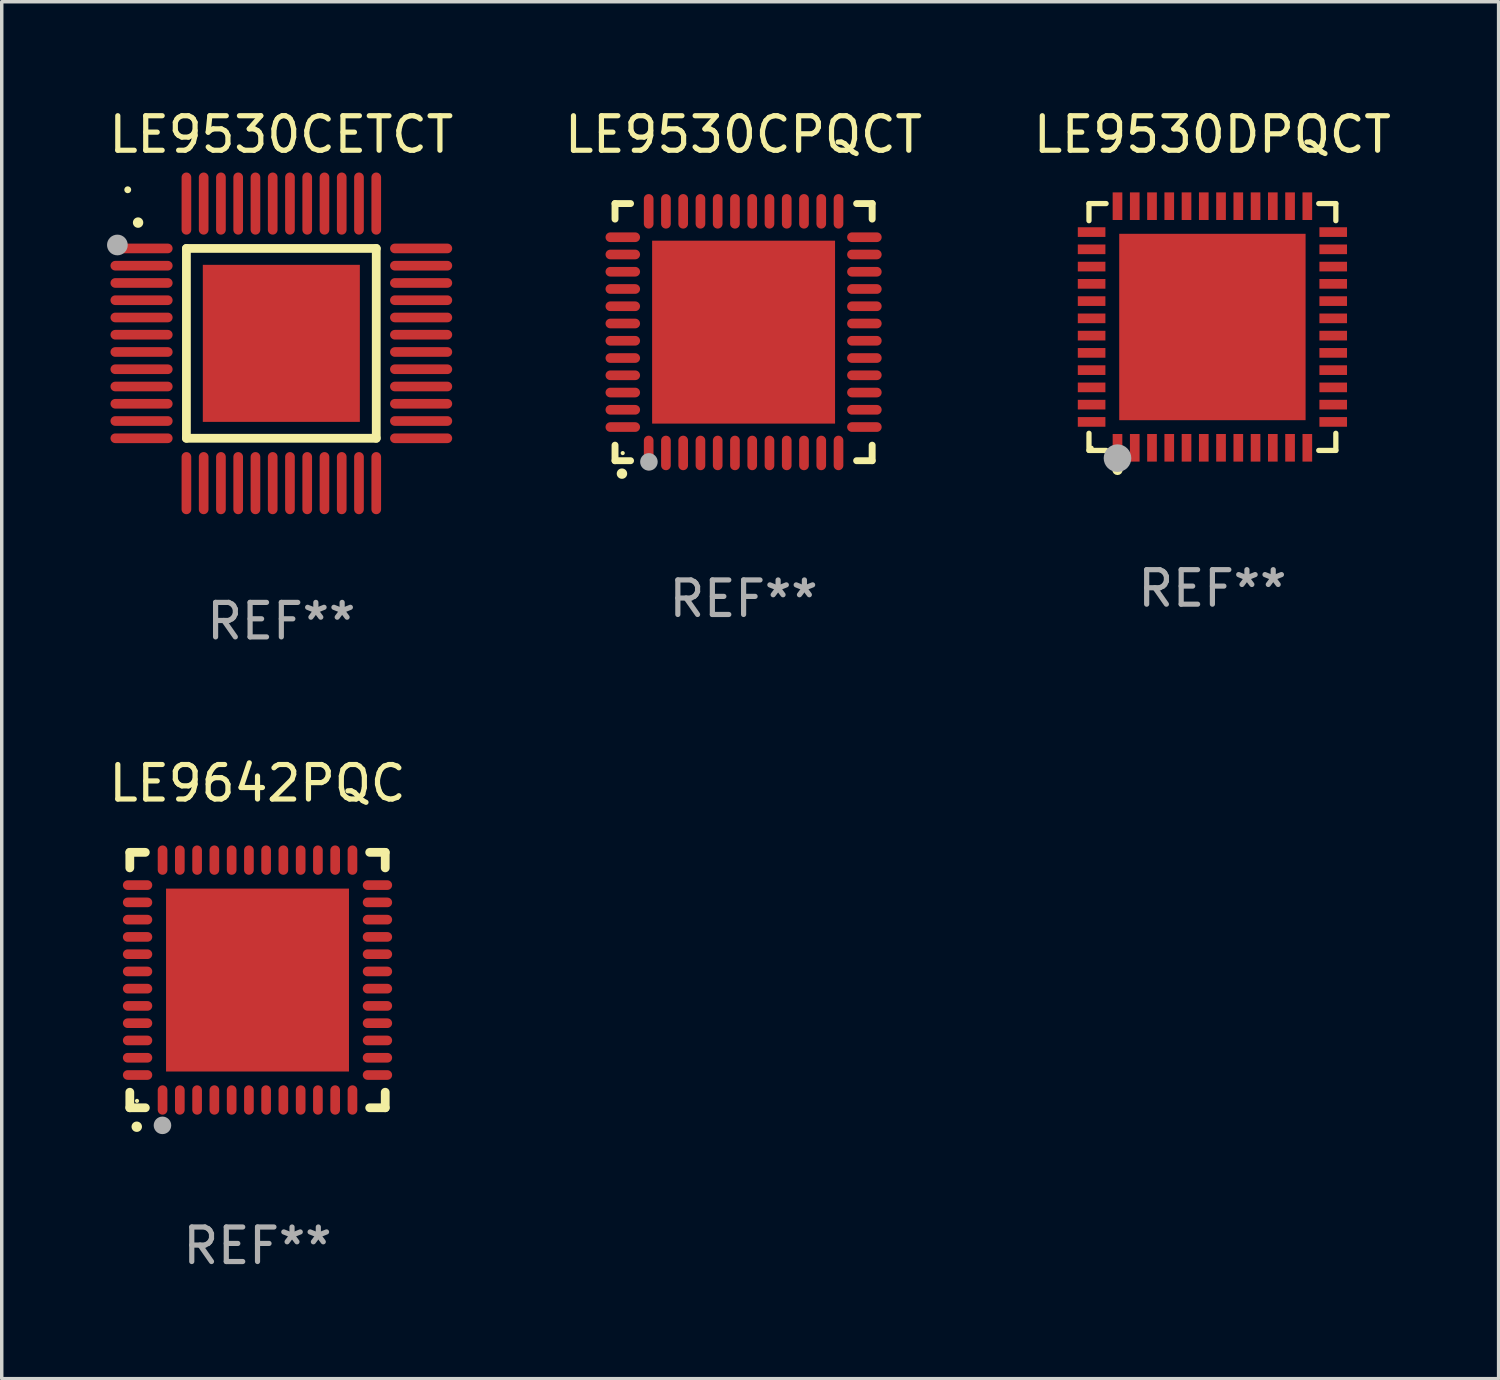
<source format=kicad_pcb>
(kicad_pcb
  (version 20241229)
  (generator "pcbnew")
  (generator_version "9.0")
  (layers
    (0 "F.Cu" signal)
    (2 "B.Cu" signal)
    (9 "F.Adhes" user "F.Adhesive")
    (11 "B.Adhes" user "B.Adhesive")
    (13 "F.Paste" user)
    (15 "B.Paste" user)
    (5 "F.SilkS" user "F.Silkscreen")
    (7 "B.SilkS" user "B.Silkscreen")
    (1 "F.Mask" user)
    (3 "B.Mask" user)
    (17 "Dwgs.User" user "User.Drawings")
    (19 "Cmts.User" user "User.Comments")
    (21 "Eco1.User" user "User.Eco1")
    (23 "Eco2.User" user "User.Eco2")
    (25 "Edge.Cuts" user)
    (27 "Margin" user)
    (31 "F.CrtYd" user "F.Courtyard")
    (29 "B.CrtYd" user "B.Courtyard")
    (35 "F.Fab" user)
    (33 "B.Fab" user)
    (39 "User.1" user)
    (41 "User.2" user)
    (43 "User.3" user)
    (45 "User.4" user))
  (footprint "LE9530CPQCT"
    (layer "F.Cu")
    (at 18.494 6.573)
    (property "Reference" "LE9530CPQCT" (at 0 -5.725 0) (layer "F.SilkS") (effects (font (size 1 1) (thickness 0.15))))
    (attr through_hole)
    (fp_line (start -3.725 -3.725) (end -3.275 -3.725) (stroke (width 0.2) (type solid)) (layer "F.SilkS"))
    (fp_line (start -3.725 -3.275) (end -3.725 -3.725) (stroke (width 0.2) (type solid)) (layer "F.SilkS"))
    (fp_line (start -3.725 3.725) (end -3.725 3.275) (stroke (width 0.2) (type solid)) (layer "F.SilkS"))
    (fp_line (start -3.275 3.725) (end -3.725 3.725) (stroke (width 0.2) (type solid)) (layer "F.SilkS"))
    (fp_line (start 3.275 3.725) (end 3.725 3.725) (stroke (width 0.2) (type solid)) (layer "F.SilkS"))
    (fp_line (start 3.725 -3.725) (end 3.275 -3.725) (stroke (width 0.2) (type solid)) (layer "F.SilkS"))
    (fp_line (start 3.725 -3.275) (end 3.725 -3.725) (stroke (width 0.2) (type solid)) (layer "F.SilkS"))
    (fp_line (start 3.725 3.725) (end 3.725 3.275) (stroke (width 0.2) (type solid)) (layer "F.SilkS"))
    (fp_arc (start -3.525527 4.099568) (mid -3.524257 4.099563) (end -3.522987 4.099568) (stroke (width 0.3) (type solid)) (layer "F.SilkS"))
    (fp_circle (center -3.502 3.504) (end -3.472 3.504) (stroke (width 0.06) (type solid)) (fill no) (layer "F.SilkS"))
    (fp_circle (center -2.743 3.759) (end -2.616 3.759) (stroke (width 0.254) (type solid)) (fill no) (layer "F.Fab"))
    (fp_text user "REF**" (at 0 7.725 0) (layer "F.Fab") (effects (font (size 1 1) (thickness 0.15))))
    (pad "1" smd oval (at -2.75 3.5) (size 0.28 1) (layers "F.Cu" "F.Mask" "F.Paste"))
    (pad "2" smd oval (at -2.25 3.5) (size 0.28 1) (layers "F.Cu" "F.Mask" "F.Paste"))
    (pad "3" smd oval (at -1.75 3.5) (size 0.28 1) (layers "F.Cu" "F.Mask" "F.Paste"))
    (pad "4" smd oval (at -1.25 3.5) (size 0.28 1) (layers "F.Cu" "F.Mask" "F.Paste"))
    (pad "5" smd oval (at -0.75 3.5) (size 0.28 1) (layers "F.Cu" "F.Mask" "F.Paste"))
    (pad "6" smd oval (at -0.25 3.5) (size 0.28 1) (layers "F.Cu" "F.Mask" "F.Paste"))
    (pad "7" smd oval (at 0.25 3.5) (size 0.28 1) (layers "F.Cu" "F.Mask" "F.Paste"))
    (pad "8" smd oval (at 0.75 3.5) (size 0.28 1) (layers "F.Cu" "F.Mask" "F.Paste"))
    (pad "9" smd oval (at 1.25 3.5) (size 0.28 1) (layers "F.Cu" "F.Mask" "F.Paste"))
    (pad "10" smd oval (at 1.75 3.5) (size 0.28 1) (layers "F.Cu" "F.Mask" "F.Paste"))
    (pad "11" smd oval (at 2.25 3.5) (size 0.28 1) (layers "F.Cu" "F.Mask" "F.Paste"))
    (pad "12" smd oval (at 2.75 3.5) (size 0.28 1) (layers "F.Cu" "F.Mask" "F.Paste"))
    (pad "13" smd oval (at 3.5 2.75) (size 1 0.28) (layers "F.Cu" "F.Mask" "F.Paste"))
    (pad "14" smd oval (at 3.5 2.25) (size 1 0.28) (layers "F.Cu" "F.Mask" "F.Paste"))
    (pad "15" smd oval (at 3.5 1.75) (size 1 0.28) (layers "F.Cu" "F.Mask" "F.Paste"))
    (pad "16" smd oval (at 3.5 1.25) (size 1 0.28) (layers "F.Cu" "F.Mask" "F.Paste"))
    (pad "17" smd oval (at 3.5 0.75) (size 1 0.28) (layers "F.Cu" "F.Mask" "F.Paste"))
    (pad "18" smd oval (at 3.5 0.25) (size 1 0.28) (layers "F.Cu" "F.Mask" "F.Paste"))
    (pad "19" smd oval (at 3.5 -0.25) (size 1 0.28) (layers "F.Cu" "F.Mask" "F.Paste"))
    (pad "20" smd oval (at 3.5 -0.75) (size 1 0.28) (layers "F.Cu" "F.Mask" "F.Paste"))
    (pad "21" smd oval (at 3.5 -1.25) (size 1 0.28) (layers "F.Cu" "F.Mask" "F.Paste"))
    (pad "22" smd oval (at 3.5 -1.75) (size 1 0.28) (layers "F.Cu" "F.Mask" "F.Paste"))
    (pad "23" smd oval (at 3.5 -2.25) (size 1 0.28) (layers "F.Cu" "F.Mask" "F.Paste"))
    (pad "24" smd oval (at 3.5 -2.75) (size 1 0.28) (layers "F.Cu" "F.Mask" "F.Paste"))
    (pad "25" smd oval (at 2.75 -3.5) (size 0.28 1) (layers "F.Cu" "F.Mask" "F.Paste"))
    (pad "26" smd oval (at 2.25 -3.5) (size 0.28 1) (layers "F.Cu" "F.Mask" "F.Paste"))
    (pad "27" smd oval (at 1.75 -3.5) (size 0.28 1) (layers "F.Cu" "F.Mask" "F.Paste"))
    (pad "28" smd oval (at 1.25 -3.5) (size 0.28 1) (layers "F.Cu" "F.Mask" "F.Paste"))
    (pad "29" smd oval (at 0.75 -3.5) (size 0.28 1) (layers "F.Cu" "F.Mask" "F.Paste"))
    (pad "30" smd oval (at 0.25 -3.5) (size 0.28 1) (layers "F.Cu" "F.Mask" "F.Paste"))
    (pad "31" smd oval (at -0.25 -3.5) (size 0.28 1) (layers "F.Cu" "F.Mask" "F.Paste"))
    (pad "32" smd oval (at -0.75 -3.5) (size 0.28 1) (layers "F.Cu" "F.Mask" "F.Paste"))
    (pad "33" smd oval (at -1.25 -3.5) (size 0.28 1) (layers "F.Cu" "F.Mask" "F.Paste"))
    (pad "34" smd oval (at -1.75 -3.5) (size 0.28 1) (layers "F.Cu" "F.Mask" "F.Paste"))
    (pad "35" smd oval (at -2.25 -3.5) (size 0.28 1) (layers "F.Cu" "F.Mask" "F.Paste"))
    (pad "36" smd oval (at -2.75 -3.5) (size 0.28 1) (layers "F.Cu" "F.Mask" "F.Paste"))
    (pad "37" smd oval (at -3.5 -2.75) (size 1 0.28) (layers "F.Cu" "F.Mask" "F.Paste"))
    (pad "38" smd oval (at -3.5 -2.25) (size 1 0.28) (layers "F.Cu" "F.Mask" "F.Paste"))
    (pad "39" smd oval (at -3.5 -1.75) (size 1 0.28) (layers "F.Cu" "F.Mask" "F.Paste"))
    (pad "40" smd oval (at -3.5 -1.25) (size 1 0.28) (layers "F.Cu" "F.Mask" "F.Paste"))
    (pad "41" smd oval (at -3.5 -0.75) (size 1 0.28) (layers "F.Cu" "F.Mask" "F.Paste"))
    (pad "42" smd oval (at -3.5 -0.25) (size 1 0.28) (layers "F.Cu" "F.Mask" "F.Paste"))
    (pad "43" smd oval (at -3.5 0.25) (size 1 0.28) (layers "F.Cu" "F.Mask" "F.Paste"))
    (pad "44" smd oval (at -3.5 0.75) (size 1 0.28) (layers "F.Cu" "F.Mask" "F.Paste"))
    (pad "45" smd oval (at -3.5 1.25) (size 1 0.28) (layers "F.Cu" "F.Mask" "F.Paste"))
    (pad "46" smd oval (at -3.5 1.75) (size 1 0.28) (layers "F.Cu" "F.Mask" "F.Paste"))
    (pad "47" smd oval (at -3.5 2.25) (size 1 0.28) (layers "F.Cu" "F.Mask" "F.Paste"))
    (pad "48" smd oval (at -3.5 2.75) (size 1 0.28) (layers "F.Cu" "F.Mask" "F.Paste"))
    (pad "49" smd rect (at 0 0) (size 5.3 5.3) (layers "F.Cu" "F.Mask" "F.Paste")))
  (footprint "LE9642PQC"
    (layer "F.Cu")
    (at 4.411 25.345)
    (property "Reference" "LE9642PQC" (at 0 -5.7 0) (layer "F.SilkS") (effects (font (size 1 1) (thickness 0.15))))
    (attr through_hole)
    (fp_line (start -3.7 -3.7) (end -3.25 -3.7) (stroke (width 0.254) (type solid)) (layer "F.SilkS"))
    (fp_line (start -3.7 -3.25) (end -3.7 -3.7) (stroke (width 0.254) (type solid)) (layer "F.SilkS"))
    (fp_line (start -3.7 3.7) (end -3.7 3.25) (stroke (width 0.254) (type solid)) (layer "F.SilkS"))
    (fp_line (start -3.25 3.7) (end -3.7 3.7) (stroke (width 0.254) (type solid)) (layer "F.SilkS"))
    (fp_line (start 3.25 3.7) (end 3.7 3.7) (stroke (width 0.254) (type solid)) (layer "F.SilkS"))
    (fp_line (start 3.7 -3.7) (end 3.25 -3.7) (stroke (width 0.254) (type solid)) (layer "F.SilkS"))
    (fp_line (start 3.7 -3.25) (end 3.7 -3.7) (stroke (width 0.254) (type solid)) (layer "F.SilkS"))
    (fp_line (start 3.7 3.7) (end 3.7 3.25) (stroke (width 0.254) (type solid)) (layer "F.SilkS"))
    (fp_arc (start -3.500127 4.249428) (mid -3.498857 4.249423) (end -3.497587 4.249428) (stroke (width 0.3) (type solid)) (layer "F.SilkS"))
    (fp_circle (center -3.491 3.501) (end -3.461 3.501) (stroke (width 0.06) (type solid)) (fill no) (layer "F.SilkS"))
    (fp_circle (center -2.754 4.21) (end -2.627 4.21) (stroke (width 0.254) (type solid)) (fill no) (layer "F.Fab"))
    (fp_text user "REF**" (at 0 7.7 0) (layer "F.Fab") (effects (font (size 1 1) (thickness 0.15))))
    (pad "1" smd oval (at -2.751 3.475) (size 0.28 0.85) (layers "F.Cu" "F.Mask" "F.Paste"))
    (pad "2" smd oval (at -2.251 3.475) (size 0.28 0.85) (layers "F.Cu" "F.Mask" "F.Paste"))
    (pad "3" smd oval (at -1.75 3.475) (size 0.28 0.85) (layers "F.Cu" "F.Mask" "F.Paste"))
    (pad "4" smd oval (at -1.25 3.475) (size 0.28 0.85) (layers "F.Cu" "F.Mask" "F.Paste"))
    (pad "5" smd oval (at -0.749 3.475) (size 0.28 0.85) (layers "F.Cu" "F.Mask" "F.Paste"))
    (pad "6" smd oval (at -0.249 3.475) (size 0.28 0.85) (layers "F.Cu" "F.Mask" "F.Paste"))
    (pad "7" smd oval (at 0.249 3.475) (size 0.28 0.85) (layers "F.Cu" "F.Mask" "F.Paste"))
    (pad "8" smd oval (at 0.749 3.475) (size 0.28 0.85) (layers "F.Cu" "F.Mask" "F.Paste"))
    (pad "9" smd oval (at 1.25 3.475) (size 0.28 0.85) (layers "F.Cu" "F.Mask" "F.Paste"))
    (pad "10" smd oval (at 1.75 3.475) (size 0.28 0.85) (layers "F.Cu" "F.Mask" "F.Paste"))
    (pad "11" smd oval (at 2.25 3.475) (size 0.28 0.85) (layers "F.Cu" "F.Mask" "F.Paste"))
    (pad "12" smd oval (at 2.751 3.475) (size 0.28 0.85) (layers "F.Cu" "F.Mask" "F.Paste"))
    (pad "13" smd oval (at 3.475 2.751) (size 0.85 0.28) (layers "F.Cu" "F.Mask" "F.Paste"))
    (pad "14" smd oval (at 3.475 2.251) (size 0.85 0.28) (layers "F.Cu" "F.Mask" "F.Paste"))
    (pad "15" smd oval (at 3.475 1.75) (size 0.85 0.28) (layers "F.Cu" "F.Mask" "F.Paste"))
    (pad "16" smd oval (at 3.475 1.25) (size 0.85 0.28) (layers "F.Cu" "F.Mask" "F.Paste"))
    (pad "17" smd oval (at 3.475 0.749) (size 0.85 0.28) (layers "F.Cu" "F.Mask" "F.Paste"))
    (pad "18" smd oval (at 3.475 0.249) (size 0.85 0.28) (layers "F.Cu" "F.Mask" "F.Paste"))
    (pad "19" smd oval (at 3.475 -0.249) (size 0.85 0.28) (layers "F.Cu" "F.Mask" "F.Paste"))
    (pad "20" smd oval (at 3.475 -0.749) (size 0.85 0.28) (layers "F.Cu" "F.Mask" "F.Paste"))
    (pad "21" smd oval (at 3.475 -1.25) (size 0.85 0.28) (layers "F.Cu" "F.Mask" "F.Paste"))
    (pad "22" smd oval (at 3.475 -1.75) (size 0.85 0.28) (layers "F.Cu" "F.Mask" "F.Paste"))
    (pad "23" smd oval (at 3.475 -2.25) (size 0.85 0.28) (layers "F.Cu" "F.Mask" "F.Paste"))
    (pad "24" smd oval (at 3.475 -2.751) (size 0.85 0.28) (layers "F.Cu" "F.Mask" "F.Paste"))
    (pad "25" smd oval (at 2.751 -3.475) (size 0.28 0.85) (layers "F.Cu" "F.Mask" "F.Paste"))
    (pad "26" smd oval (at 2.25 -3.475) (size 0.28 0.85) (layers "F.Cu" "F.Mask" "F.Paste"))
    (pad "27" smd oval (at 1.75 -3.475) (size 0.28 0.85) (layers "F.Cu" "F.Mask" "F.Paste"))
    (pad "28" smd oval (at 1.25 -3.475) (size 0.28 0.85) (layers "F.Cu" "F.Mask" "F.Paste"))
    (pad "29" smd oval (at 0.749 -3.475) (size 0.28 0.85) (layers "F.Cu" "F.Mask" "F.Paste"))
    (pad "30" smd oval (at 0.249 -3.475) (size 0.28 0.85) (layers "F.Cu" "F.Mask" "F.Paste"))
    (pad "31" smd oval (at -0.249 -3.475) (size 0.28 0.85) (layers "F.Cu" "F.Mask" "F.Paste"))
    (pad "32" smd oval (at -0.749 -3.475) (size 0.28 0.85) (layers "F.Cu" "F.Mask" "F.Paste"))
    (pad "33" smd oval (at -1.25 -3.475) (size 0.28 0.85) (layers "F.Cu" "F.Mask" "F.Paste"))
    (pad "34" smd oval (at -1.75 -3.475) (size 0.28 0.85) (layers "F.Cu" "F.Mask" "F.Paste"))
    (pad "35" smd oval (at -2.251 -3.475) (size 0.28 0.85) (layers "F.Cu" "F.Mask" "F.Paste"))
    (pad "36" smd oval (at -2.751 -3.475) (size 0.28 0.85) (layers "F.Cu" "F.Mask" "F.Paste"))
    (pad "37" smd oval (at -3.475 -2.751) (size 0.85 0.28) (layers "F.Cu" "F.Mask" "F.Paste"))
    (pad "38" smd oval (at -3.475 -2.25) (size 0.85 0.28) (layers "F.Cu" "F.Mask" "F.Paste"))
    (pad "39" smd oval (at -3.475 -1.75) (size 0.85 0.28) (layers "F.Cu" "F.Mask" "F.Paste"))
    (pad "40" smd oval (at -3.475 -1.25) (size 0.85 0.28) (layers "F.Cu" "F.Mask" "F.Paste"))
    (pad "41" smd oval (at -3.475 -0.749) (size 0.85 0.28) (layers "F.Cu" "F.Mask" "F.Paste"))
    (pad "42" smd oval (at -3.475 -0.249) (size 0.85 0.28) (layers "F.Cu" "F.Mask" "F.Paste"))
    (pad "43" smd oval (at -3.475 0.249) (size 0.85 0.28) (layers "F.Cu" "F.Mask" "F.Paste"))
    (pad "44" smd oval (at -3.475 0.749) (size 0.85 0.28) (layers "F.Cu" "F.Mask" "F.Paste"))
    (pad "45" smd oval (at -3.475 1.25) (size 0.85 0.28) (layers "F.Cu" "F.Mask" "F.Paste"))
    (pad "46" smd oval (at -3.475 1.75) (size 0.85 0.28) (layers "F.Cu" "F.Mask" "F.Paste"))
    (pad "47" smd oval (at -3.475 2.251) (size 0.85 0.28) (layers "F.Cu" "F.Mask" "F.Paste"))
    (pad "48" smd oval (at -3.475 2.751) (size 0.85 0.28) (layers "F.Cu" "F.Mask" "F.Paste"))
    (pad "49" smd rect (at -0.000102 0.000102) (size 5.3 5.3) (layers "F.Cu" "F.Mask" "F.Paste")))
  (footprint "LE9530DPQCT"
    (layer "F.Cu")
    (at 32.077 6.424)
    (property "Reference" "LE9530DPQCT" (at 0 -5.576 0) (layer "F.SilkS") (effects (font (size 1 1) (thickness 0.15))))
    (attr through_hole)
    (fp_line (start -3.576 -3.576) (end -3.08 -3.576) (stroke (width 0.152) (type solid)) (layer "F.SilkS"))
    (fp_line (start -3.576 -3.08) (end -3.576 -3.576) (stroke (width 0.152) (type solid)) (layer "F.SilkS"))
    (fp_line (start -3.576 3.08) (end -3.576 3.576) (stroke (width 0.152) (type solid)) (layer "F.SilkS"))
    (fp_line (start -3.576 3.576) (end -3.08 3.576) (stroke (width 0.152) (type solid)) (layer "F.SilkS"))
    (fp_line (start 3.576 -3.576) (end 3.08 -3.576) (stroke (width 0.152) (type solid)) (layer "F.SilkS"))
    (fp_line (start 3.576 -3.08) (end 3.576 -3.576) (stroke (width 0.152) (type solid)) (layer "F.SilkS"))
    (fp_line (start 3.576 3.08) (end 3.576 3.576) (stroke (width 0.152) (type solid)) (layer "F.SilkS"))
    (fp_line (start 3.576 3.576) (end 3.08 3.576) (stroke (width 0.152) (type solid)) (layer "F.SilkS"))
    (fp_circle (center -3.5 3.5) (end -3.47 3.5) (stroke (width 0.06) (type solid)) (fill no) (layer "F.SilkS"))
    (fp_circle (center -2.75 4.14) (end -2.675 4.14) (stroke (width 0.15) (type solid)) (fill no) (layer "F.SilkS"))
    (fp_circle (center -2.75 3.8) (end -2.55 3.8) (stroke (width 0.4) (type solid)) (fill no) (layer "F.Fab"))
    (fp_text user "REF**" (at 0 7.576 0) (layer "F.Fab") (effects (font (size 1 1) (thickness 0.15))))
    (pad "1" smd rect (at -2.75 3.5) (size 0.28 0.8) (layers "F.Cu" "F.Mask" "F.Paste"))
    (pad "2" smd rect (at -2.25 3.5) (size 0.28 0.8) (layers "F.Cu" "F.Mask" "F.Paste"))
    (pad "3" smd rect (at -1.75 3.5) (size 0.28 0.8) (layers "F.Cu" "F.Mask" "F.Paste"))
    (pad "4" smd rect (at -1.25 3.5) (size 0.28 0.8) (layers "F.Cu" "F.Mask" "F.Paste"))
    (pad "5" smd rect (at -0.75 3.5) (size 0.28 0.8) (layers "F.Cu" "F.Mask" "F.Paste"))
    (pad "6" smd rect (at -0.25 3.5) (size 0.28 0.8) (layers "F.Cu" "F.Mask" "F.Paste"))
    (pad "7" smd rect (at 0.25 3.5) (size 0.28 0.8) (layers "F.Cu" "F.Mask" "F.Paste"))
    (pad "8" smd rect (at 0.75 3.5) (size 0.28 0.8) (layers "F.Cu" "F.Mask" "F.Paste"))
    (pad "9" smd rect (at 1.25 3.5) (size 0.28 0.8) (layers "F.Cu" "F.Mask" "F.Paste"))
    (pad "10" smd rect (at 1.75 3.5) (size 0.28 0.8) (layers "F.Cu" "F.Mask" "F.Paste"))
    (pad "11" smd rect (at 2.25 3.5) (size 0.28 0.8) (layers "F.Cu" "F.Mask" "F.Paste"))
    (pad "12" smd rect (at 2.75 3.5) (size 0.28 0.8) (layers "F.Cu" "F.Mask" "F.Paste"))
    (pad "13" smd rect (at 3.5 2.75) (size 0.8 0.28) (layers "F.Cu" "F.Mask" "F.Paste"))
    (pad "14" smd rect (at 3.5 2.25) (size 0.8 0.28) (layers "F.Cu" "F.Mask" "F.Paste"))
    (pad "15" smd rect (at 3.5 1.75) (size 0.8 0.28) (layers "F.Cu" "F.Mask" "F.Paste"))
    (pad "16" smd rect (at 3.5 1.25) (size 0.8 0.28) (layers "F.Cu" "F.Mask" "F.Paste"))
    (pad "17" smd rect (at 3.5 0.75) (size 0.8 0.28) (layers "F.Cu" "F.Mask" "F.Paste"))
    (pad "18" smd rect (at 3.5 0.25) (size 0.8 0.28) (layers "F.Cu" "F.Mask" "F.Paste"))
    (pad "19" smd rect (at 3.5 -0.25) (size 0.8 0.28) (layers "F.Cu" "F.Mask" "F.Paste"))
    (pad "20" smd rect (at 3.5 -0.75) (size 0.8 0.28) (layers "F.Cu" "F.Mask" "F.Paste"))
    (pad "21" smd rect (at 3.5 -1.25) (size 0.8 0.28) (layers "F.Cu" "F.Mask" "F.Paste"))
    (pad "22" smd rect (at 3.5 -1.75) (size 0.8 0.28) (layers "F.Cu" "F.Mask" "F.Paste"))
    (pad "23" smd rect (at 3.5 -2.25) (size 0.8 0.28) (layers "F.Cu" "F.Mask" "F.Paste"))
    (pad "24" smd rect (at 3.5 -2.75) (size 0.8 0.28) (layers "F.Cu" "F.Mask" "F.Paste"))
    (pad "25" smd rect (at 2.75 -3.5) (size 0.28 0.8) (layers "F.Cu" "F.Mask" "F.Paste"))
    (pad "26" smd rect (at 2.25 -3.5) (size 0.28 0.8) (layers "F.Cu" "F.Mask" "F.Paste"))
    (pad "27" smd rect (at 1.75 -3.5) (size 0.28 0.8) (layers "F.Cu" "F.Mask" "F.Paste"))
    (pad "28" smd rect (at 1.25 -3.5) (size 0.28 0.8) (layers "F.Cu" "F.Mask" "F.Paste"))
    (pad "29" smd rect (at 0.75 -3.5) (size 0.28 0.8) (layers "F.Cu" "F.Mask" "F.Paste"))
    (pad "30" smd rect (at 0.25 -3.5) (size 0.28 0.8) (layers "F.Cu" "F.Mask" "F.Paste"))
    (pad "31" smd rect (at -0.25 -3.5) (size 0.28 0.8) (layers "F.Cu" "F.Mask" "F.Paste"))
    (pad "32" smd rect (at -0.75 -3.5) (size 0.28 0.8) (layers "F.Cu" "F.Mask" "F.Paste"))
    (pad "33" smd rect (at -1.25 -3.5) (size 0.28 0.8) (layers "F.Cu" "F.Mask" "F.Paste"))
    (pad "34" smd rect (at -1.75 -3.5) (size 0.28 0.8) (layers "F.Cu" "F.Mask" "F.Paste"))
    (pad "35" smd rect (at -2.25 -3.5) (size 0.28 0.8) (layers "F.Cu" "F.Mask" "F.Paste"))
    (pad "36" smd rect (at -2.75 -3.5) (size 0.28 0.8) (layers "F.Cu" "F.Mask" "F.Paste"))
    (pad "37" smd rect (at -3.5 -2.75) (size 0.8 0.28) (layers "F.Cu" "F.Mask" "F.Paste"))
    (pad "38" smd rect (at -3.5 -2.25) (size 0.8 0.28) (layers "F.Cu" "F.Mask" "F.Paste"))
    (pad "39" smd rect (at -3.5 -1.75) (size 0.8 0.28) (layers "F.Cu" "F.Mask" "F.Paste"))
    (pad "40" smd rect (at -3.5 -1.25) (size 0.8 0.28) (layers "F.Cu" "F.Mask" "F.Paste"))
    (pad "41" smd rect (at -3.5 -0.75) (size 0.8 0.28) (layers "F.Cu" "F.Mask" "F.Paste"))
    (pad "42" smd rect (at -3.5 -0.25) (size 0.8 0.28) (layers "F.Cu" "F.Mask" "F.Paste"))
    (pad "43" smd rect (at -3.5 0.25) (size 0.8 0.28) (layers "F.Cu" "F.Mask" "F.Paste"))
    (pad "44" smd rect (at -3.5 0.75) (size 0.8 0.28) (layers "F.Cu" "F.Mask" "F.Paste"))
    (pad "45" smd rect (at -3.5 1.25) (size 0.8 0.28) (layers "F.Cu" "F.Mask" "F.Paste"))
    (pad "46" smd rect (at -3.5 1.75) (size 0.8 0.28) (layers "F.Cu" "F.Mask" "F.Paste"))
    (pad "47" smd rect (at -3.5 2.25) (size 0.8 0.28) (layers "F.Cu" "F.Mask" "F.Paste"))
    (pad "48" smd rect (at -3.5 2.75) (size 0.8 0.28) (layers "F.Cu" "F.Mask" "F.Paste"))
    (pad "49" smd rect (at -0.000102 -0.000076) (size 5.4 5.4) (layers "F.Cu" "F.Mask" "F.Paste")))
  (footprint "LE9530CETCT"
    (layer "F.Cu")
    (at 5.101 6.898)
    (property "Reference" "LE9530CETCT" (at 0 -6.05 0) (layer "F.SilkS") (effects (font (size 1 1) (thickness 0.15))))
    (attr through_hole)
    (fp_line (start -2.75 -2.75) (end 2.75 -2.75) (stroke (width 0.254) (type solid)) (layer "F.SilkS"))
    (fp_line (start -2.75 2.75) (end -2.75 -2.75) (stroke (width 0.254) (type solid)) (layer "F.SilkS"))
    (fp_line (start 2.75 -2.75) (end 2.75 2.75) (stroke (width 0.254) (type solid)) (layer "F.SilkS"))
    (fp_line (start 2.75 2.75) (end -2.75 2.75) (stroke (width 0.254) (type solid)) (layer "F.SilkS"))
    (fp_arc (start -4.150368 -3.497587) (mid -4.150373 -3.498857) (end -4.150368 -3.500127) (stroke (width 0.3) (type solid)) (layer "F.SilkS"))
    (fp_circle (center -4.45 -4.45) (end -4.4 -4.45) (stroke (width 0.1) (type solid)) (fill no) (layer "F.SilkS"))
    (fp_circle (center -4.75 -2.85) (end -4.6 -2.85) (stroke (width 0.3) (type solid)) (fill no) (layer "F.Fab"))
    (fp_text user "REF**" (at 0 8.05 0) (layer "F.Fab") (effects (font (size 1 1) (thickness 0.15))))
    (pad "1" smd oval (at -4.05 -2.75 90) (size 0.28 1.8) (layers "F.Cu" "F.Mask" "F.Paste"))
    (pad "2" smd oval (at -4.05 -2.25 90) (size 0.28 1.8) (layers "F.Cu" "F.Mask" "F.Paste"))
    (pad "3" smd oval (at -4.05 -1.75 90) (size 0.28 1.8) (layers "F.Cu" "F.Mask" "F.Paste"))
    (pad "4" smd oval (at -4.05 -1.25 90) (size 0.28 1.8) (layers "F.Cu" "F.Mask" "F.Paste"))
    (pad "5" smd oval (at -4.05 -0.75 90) (size 0.28 1.8) (layers "F.Cu" "F.Mask" "F.Paste"))
    (pad "6" smd oval (at -4.05 -0.25 90) (size 0.28 1.8) (layers "F.Cu" "F.Mask" "F.Paste"))
    (pad "7" smd oval (at -4.05 0.25 90) (size 0.28 1.8) (layers "F.Cu" "F.Mask" "F.Paste"))
    (pad "8" smd oval (at -4.05 0.75 90) (size 0.28 1.8) (layers "F.Cu" "F.Mask" "F.Paste"))
    (pad "9" smd oval (at -4.05 1.25 90) (size 0.28 1.8) (layers "F.Cu" "F.Mask" "F.Paste"))
    (pad "10" smd oval (at -4.05 1.75 90) (size 0.28 1.8) (layers "F.Cu" "F.Mask" "F.Paste"))
    (pad "11" smd oval (at -4.05 2.25 90) (size 0.28 1.8) (layers "F.Cu" "F.Mask" "F.Paste"))
    (pad "12" smd oval (at -4.05 2.75 90) (size 0.28 1.8) (layers "F.Cu" "F.Mask" "F.Paste"))
    (pad "13" smd oval (at -2.75 4.05) (size 0.28 1.8) (layers "F.Cu" "F.Mask" "F.Paste"))
    (pad "14" smd oval (at -2.25 4.05) (size 0.28 1.8) (layers "F.Cu" "F.Mask" "F.Paste"))
    (pad "15" smd oval (at -1.75 4.05) (size 0.28 1.8) (layers "F.Cu" "F.Mask" "F.Paste"))
    (pad "16" smd oval (at -1.25 4.05) (size 0.28 1.8) (layers "F.Cu" "F.Mask" "F.Paste"))
    (pad "17" smd oval (at -0.75 4.05) (size 0.28 1.8) (layers "F.Cu" "F.Mask" "F.Paste"))
    (pad "18" smd oval (at -0.25 4.05) (size 0.28 1.8) (layers "F.Cu" "F.Mask" "F.Paste"))
    (pad "19" smd oval (at 0.25 4.05) (size 0.28 1.8) (layers "F.Cu" "F.Mask" "F.Paste"))
    (pad "20" smd oval (at 0.75 4.05) (size 0.28 1.8) (layers "F.Cu" "F.Mask" "F.Paste"))
    (pad "21" smd oval (at 1.25 4.05) (size 0.28 1.8) (layers "F.Cu" "F.Mask" "F.Paste"))
    (pad "22" smd oval (at 1.75 4.05) (size 0.28 1.8) (layers "F.Cu" "F.Mask" "F.Paste"))
    (pad "23" smd oval (at 2.25 4.05) (size 0.28 1.8) (layers "F.Cu" "F.Mask" "F.Paste"))
    (pad "24" smd oval (at 2.75 4.05) (size 0.28 1.8) (layers "F.Cu" "F.Mask" "F.Paste"))
    (pad "25" smd oval (at 4.05 2.75 90) (size 0.28 1.8) (layers "F.Cu" "F.Mask" "F.Paste"))
    (pad "26" smd oval (at 4.05 2.25 90) (size 0.28 1.8) (layers "F.Cu" "F.Mask" "F.Paste"))
    (pad "27" smd oval (at 4.05 1.75 90) (size 0.28 1.8) (layers "F.Cu" "F.Mask" "F.Paste"))
    (pad "28" smd oval (at 4.05 1.25 90) (size 0.28 1.8) (layers "F.Cu" "F.Mask" "F.Paste"))
    (pad "29" smd oval (at 4.05 0.75 90) (size 0.28 1.8) (layers "F.Cu" "F.Mask" "F.Paste"))
    (pad "30" smd oval (at 4.05 0.25 90) (size 0.28 1.8) (layers "F.Cu" "F.Mask" "F.Paste"))
    (pad "31" smd oval (at 4.05 -0.25 90) (size 0.28 1.8) (layers "F.Cu" "F.Mask" "F.Paste"))
    (pad "32" smd oval (at 4.05 -0.75 90) (size 0.28 1.8) (layers "F.Cu" "F.Mask" "F.Paste"))
    (pad "33" smd oval (at 4.05 -1.25 90) (size 0.28 1.8) (layers "F.Cu" "F.Mask" "F.Paste"))
    (pad "34" smd oval (at 4.05 -1.75 90) (size 0.28 1.8) (layers "F.Cu" "F.Mask" "F.Paste"))
    (pad "35" smd oval (at 4.05 -2.25 90) (size 0.28 1.8) (layers "F.Cu" "F.Mask" "F.Paste"))
    (pad "36" smd oval (at 4.05 -2.75 90) (size 0.28 1.8) (layers "F.Cu" "F.Mask" "F.Paste"))
    (pad "37" smd oval (at 2.75 -4.05) (size 0.28 1.8) (layers "F.Cu" "F.Mask" "F.Paste"))
    (pad "38" smd oval (at 2.25 -4.05) (size 0.28 1.8) (layers "F.Cu" "F.Mask" "F.Paste"))
    (pad "39" smd oval (at 1.75 -4.05) (size 0.28 1.8) (layers "F.Cu" "F.Mask" "F.Paste"))
    (pad "40" smd oval (at 1.25 -4.05) (size 0.28 1.8) (layers "F.Cu" "F.Mask" "F.Paste"))
    (pad "41" smd oval (at 0.75 -4.05) (size 0.28 1.8) (layers "F.Cu" "F.Mask" "F.Paste"))
    (pad "42" smd oval (at 0.25 -4.05) (size 0.28 1.8) (layers "F.Cu" "F.Mask" "F.Paste"))
    (pad "43" smd oval (at -0.25 -4.05) (size 0.28 1.8) (layers "F.Cu" "F.Mask" "F.Paste"))
    (pad "44" smd oval (at -0.75 -4.05) (size 0.28 1.8) (layers "F.Cu" "F.Mask" "F.Paste"))
    (pad "45" smd oval (at -1.25 -4.05) (size 0.28 1.8) (layers "F.Cu" "F.Mask" "F.Paste"))
    (pad "46" smd oval (at -1.75 -4.05) (size 0.28 1.8) (layers "F.Cu" "F.Mask" "F.Paste"))
    (pad "47" smd oval (at -2.25 -4.05) (size 0.28 1.8) (layers "F.Cu" "F.Mask" "F.Paste"))
    (pad "48" smd oval (at -2.75 -4.05) (size 0.28 1.8) (layers "F.Cu" "F.Mask" "F.Paste"))
    (pad "49" smd rect (at 0 0 270) (size 4.55 4.55) (layers "F.Cu" "F.Mask" "F.Paste")))
  (gr_rect
    (start -3 -3)
    (end 40.369 36.893)
    (stroke (width 0.1) (type default))
    (fill no)
    (layer "Edge.Cuts")))
</source>
